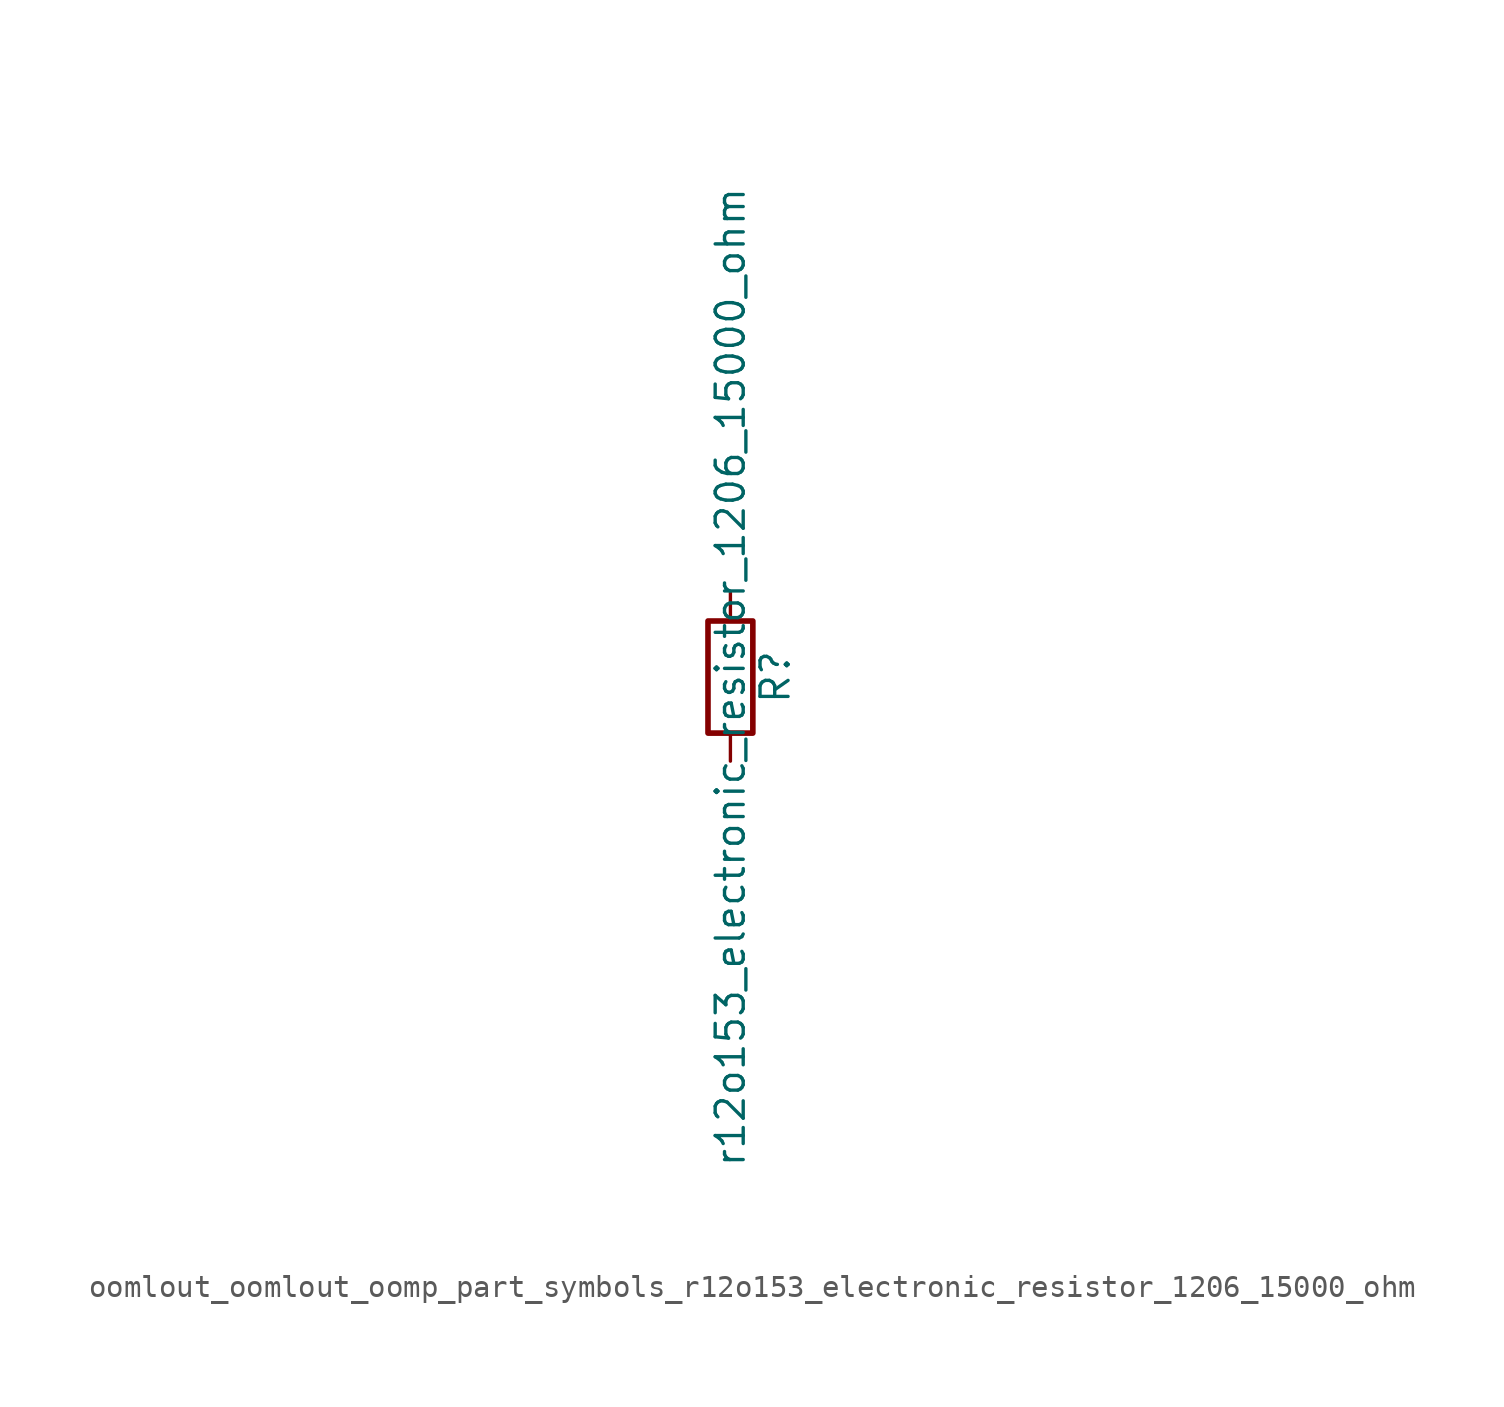
<source format=kicad_sym>
(kicad_symbol_lib
  (version 20220914)
  (generator kicad_symbol_editor)
  (symbol "oomlout_oomlout_oomp_part_symbols_r12o153_electronic_resistor_1206_15000_ohm"
    (pin_numbers hide)
    (pin_names
      (offset 0))
    (property "Reference" "R"
      (at 2.032 0 90)
      (effects (font (size 1.27 1.27))))
    (property "Value" "r12o153_electronic_resistor_1206_15000_ohm"
      (at 0 0 90)
      (effects (font (size 1.27 1.27))))
    (symbol "oomlout_oomlout_oomp_part_symbols_r12o153_electronic_resistor_1206_15000_ohm_0_1"
      (rectangle (start -1.016 -2.54) (end 1.016 2.54) (stroke (width 0.254) (type default)) (fill (type none))))
    (symbol "oomlout_oomlout_oomp_part_symbols_r12o153_electronic_resistor_1206_15000_ohm_1_1"
      (pin passive line (at 0 3.81 270) (length 1.27) (name "~" (effects (font (size 1.27 1.27)))) (number "1" (effects (font (size 1.27 1.27)))))
      (pin passive line (at 0 -3.81 90) (length 1.27) (name "~" (effects (font (size 1.27 1.27)))) (number "2" (effects (font (size 1.27 1.27))))))))
</source>
